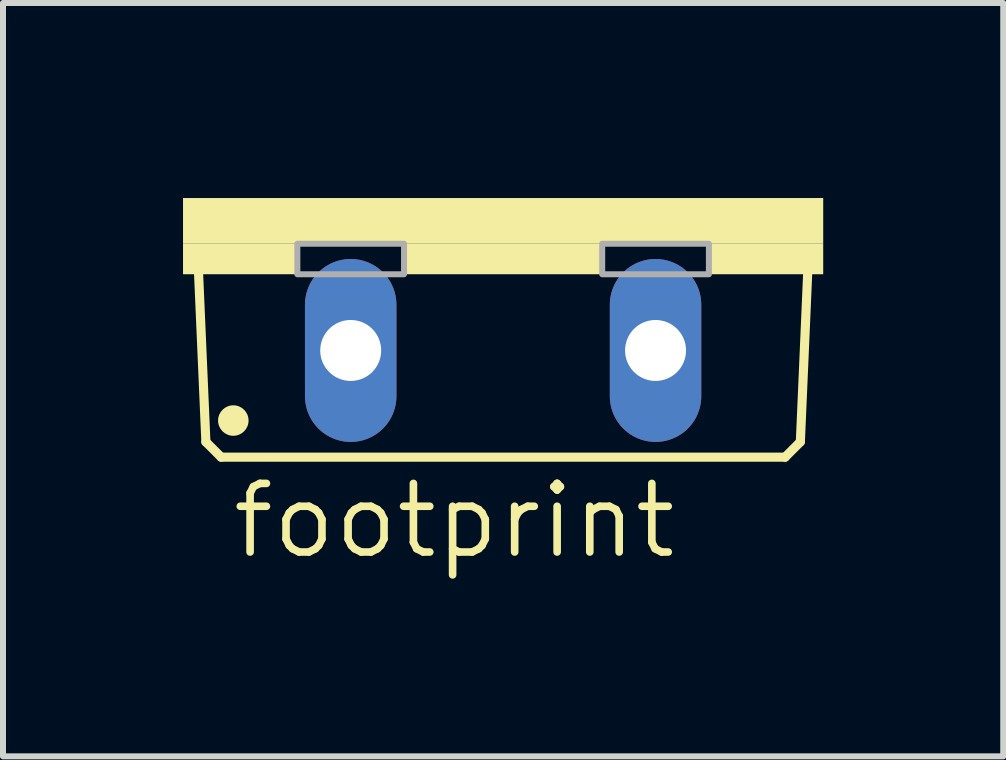
<source format=kicad_pcb>
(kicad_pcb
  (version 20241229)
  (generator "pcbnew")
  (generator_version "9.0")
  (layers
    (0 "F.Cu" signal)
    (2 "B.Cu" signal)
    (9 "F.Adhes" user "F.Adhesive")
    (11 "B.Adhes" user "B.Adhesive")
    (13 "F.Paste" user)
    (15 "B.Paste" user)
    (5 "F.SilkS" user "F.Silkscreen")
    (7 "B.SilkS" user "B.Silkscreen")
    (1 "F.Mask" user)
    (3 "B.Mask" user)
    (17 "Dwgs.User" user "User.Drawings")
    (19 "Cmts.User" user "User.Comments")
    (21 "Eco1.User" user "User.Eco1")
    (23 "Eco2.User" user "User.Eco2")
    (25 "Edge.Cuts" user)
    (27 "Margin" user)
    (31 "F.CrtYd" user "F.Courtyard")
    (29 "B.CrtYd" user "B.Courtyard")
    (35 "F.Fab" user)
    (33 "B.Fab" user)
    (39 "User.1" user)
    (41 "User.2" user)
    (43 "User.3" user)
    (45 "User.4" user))
  (footprint "footprint"
    (layer "F.Cu")
    (at 5.334 0.25)
    (property "Reference" "footprint" (at -4.572 6.045 0) (layer "F.SilkS") (effects (font (size 1.143 1.143) (thickness 0.127)) (justify left bottom)))
    (fp_line (start -4.953 4.064) (end -5.08 1.143) (stroke (width 0.152) (type solid)) (layer "F.SilkS"))
    (fp_line (start -4.953 4.064) (end -4.699 4.318) (stroke (width 0.152) (type solid)) (layer "F.SilkS"))
    (fp_line (start 4.699 4.318) (end -4.699 4.318) (stroke (width 0.152) (type solid)) (layer "F.SilkS"))
    (fp_line (start 4.699 4.318) (end 4.953 4.064) (stroke (width 0.152) (type solid)) (layer "F.SilkS"))
    (fp_line (start 5.08 1.143) (end 4.953 4.064) (stroke (width 0.152) (type solid)) (layer "F.SilkS"))
    (fp_circle (center -4.496 3.708) (end -4.369 3.708) (stroke (width 0.254) (type solid)) (fill yes) (layer "F.SilkS"))
    (fp_poly (pts (xy -5.334 0.762) (xy 5.334 0.762) (xy 5.334 0) (xy -5.334 0)) (stroke (width 0) (type solid)) (fill yes) (layer "F.SilkS"))
    (fp_poly (pts (xy -5.334 1.27) (xy -3.429 1.27) (xy -3.429 0.762) (xy -5.334 0.762)) (stroke (width 0) (type solid)) (fill yes) (layer "F.SilkS"))
    (fp_poly (pts (xy -1.651 1.27) (xy 1.651 1.27) (xy 1.651 0.762) (xy -1.651 0.762)) (stroke (width 0) (type solid)) (fill yes) (layer "F.SilkS"))
    (fp_poly (pts (xy 3.429 1.27) (xy 5.334 1.27) (xy 5.334 0.762) (xy 3.429 0.762)) (stroke (width 0) (type solid)) (fill yes) (layer "F.SilkS"))
    (fp_poly (pts (xy -3.429 1.27) (xy -1.651 1.27) (xy -1.651 0.762) (xy -3.429 0.762)) (stroke (width 0.1) (type solid)) (fill no) (layer "F.Fab"))
    (fp_poly (pts (xy 1.651 1.27) (xy 3.429 1.27) (xy 3.429 0.762) (xy 1.651 0.762)) (stroke (width 0.1) (type solid)) (fill no) (layer "F.Fab"))
    (pad "A" thru_hole oval (at 2.54 2.54 90) (size 3.048 1.524) (drill 1.016) (layers "*.Cu" "*.Mask"))
    (pad "C" thru_hole oval (at -2.54 2.54 90) (size 3.048 1.524) (drill 1.016) (layers "*.Cu" "*.Mask")))
  (gr_rect
    (start -3 -3)
    (end 13.668 9.554)
    (stroke (width 0.1) (type default))
    (fill no)
    (layer "Edge.Cuts")))
</source>
